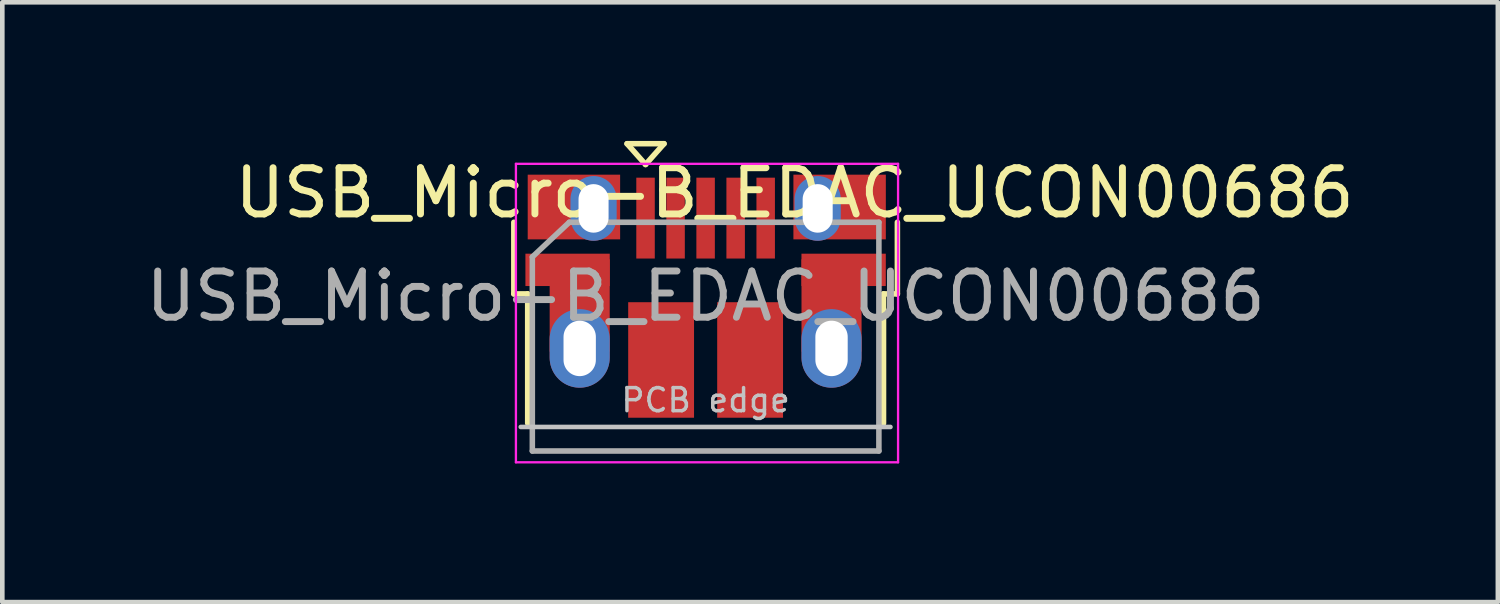
<source format=kicad_pcb>
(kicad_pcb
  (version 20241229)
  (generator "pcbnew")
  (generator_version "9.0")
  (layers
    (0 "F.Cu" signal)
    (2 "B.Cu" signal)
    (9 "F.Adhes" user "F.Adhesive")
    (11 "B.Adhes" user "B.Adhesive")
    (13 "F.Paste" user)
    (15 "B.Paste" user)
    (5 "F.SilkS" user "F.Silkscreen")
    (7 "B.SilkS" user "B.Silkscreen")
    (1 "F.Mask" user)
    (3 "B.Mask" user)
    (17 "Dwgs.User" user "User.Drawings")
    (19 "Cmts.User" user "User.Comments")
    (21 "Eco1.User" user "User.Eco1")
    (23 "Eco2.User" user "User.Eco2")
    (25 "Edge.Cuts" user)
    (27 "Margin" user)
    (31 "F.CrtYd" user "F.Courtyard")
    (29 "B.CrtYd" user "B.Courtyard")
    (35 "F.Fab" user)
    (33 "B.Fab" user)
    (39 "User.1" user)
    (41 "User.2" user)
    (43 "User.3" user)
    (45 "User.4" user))
  (footprint "USB_Micro-B_EDAC_UCON00686"
    (layer "F.Cu")
    (at 12.22 4.49)
    (property "Reference" "USB_Micro-B_EDAC_UCON00686" (at 1.925 -3.365 0) (layer "F.SilkS") (effects (font (size 1 1) (thickness 0.15))))
    (attr smd)
    (fp_line (start -4.15 -1.18) (end -4.15 -2.73) (stroke (width 0.12) (type solid)) (layer "F.SilkS"))
    (fp_line (start -4.15 -1.18) (end -3.85 -1.18) (stroke (width 0.12) (type solid)) (layer "F.SilkS"))
    (fp_line (start -3.85 1.62) (end -3.85 -1.18) (stroke (width 0.12) (type solid)) (layer "F.SilkS"))
    (fp_line (start -1.7 -4.43) (end -0.9 -4.43) (stroke (width 0.12) (type solid)) (layer "F.SilkS"))
    (fp_line (start -1.3 -3.98) (end -1.7 -4.43) (stroke (width 0.12) (type solid)) (layer "F.SilkS"))
    (fp_line (start -0.9 -4.43) (end -1.3 -3.98) (stroke (width 0.12) (type solid)) (layer "F.SilkS"))
    (fp_line (start 3.85 -1.18) (end 4.15 -1.18) (stroke (width 0.12) (type solid)) (layer "F.SilkS"))
    (fp_line (start 3.85 1.62) (end 3.85 -1.18) (stroke (width 0.12) (type solid)) (layer "F.SilkS"))
    (fp_line (start 4.15 -1.18) (end 4.15 -2.73) (stroke (width 0.12) (type solid)) (layer "F.SilkS"))
    (fp_line (start -4 1.7) (end 4 1.7) (stroke (width 0.1) (type solid)) (layer "Dwgs.User"))
    (fp_line (start -4.105 -3.995) (end -4.105 2.465) (stroke (width 0.05) (type solid)) (layer "F.CrtYd"))
    (fp_line (start -4.105 -3.995) (end 4.165 -3.995) (stroke (width 0.05) (type solid)) (layer "F.CrtYd"))
    (fp_line (start 4.165 2.465) (end -4.105 2.465) (stroke (width 0.05) (type solid)) (layer "F.CrtYd"))
    (fp_line (start 4.165 2.465) (end 4.165 -3.995) (stroke (width 0.05) (type solid)) (layer "F.CrtYd"))
    (fp_line (start -3.75 -1.98) (end -2.95 -2.73) (stroke (width 0.12) (type solid)) (layer "F.Fab"))
    (fp_line (start -3.75 2.22) (end -3.75 -1.98) (stroke (width 0.12) (type solid)) (layer "F.Fab"))
    (fp_line (start -2.95 -2.73) (end 3.75 -2.73) (stroke (width 0.12) (type solid)) (layer "F.Fab"))
    (fp_line (start 3.75 -2.73) (end 3.75 2.22) (stroke (width 0.12) (type solid)) (layer "F.Fab"))
    (fp_line (start 3.75 2.22) (end -3.75 2.22) (stroke (width 0.12) (type solid)) (layer "F.Fab"))
    (fp_text user "PCB edge" (at 0 1.12 0) (layer "Dwgs.User") (effects (font (size 0.5 0.5) (thickness 0.075))))
    (fp_text user "${REFERENCE}" (at 0 -1.13 0) (layer "F.Fab") (effects (font (size 1 1) (thickness 0.15))))
    (pad "1" smd rect (at -1.3 -2.82 90) (size 1.75 0.4) (layers "F.Cu" "F.Mask" "F.Paste"))
    (pad "2" smd rect (at -0.65 -2.82 90) (size 1.75 0.4) (layers "F.Cu" "F.Mask" "F.Paste"))
    (pad "3" smd rect (at 0 -2.82 90) (size 1.75 0.4) (layers "F.Cu" "F.Mask" "F.Paste"))
    (pad "4" smd rect (at 0.65 -2.82 90) (size 1.75 0.4) (layers "F.Cu" "F.Mask" "F.Paste"))
    (pad "5" smd rect (at 1.3 -2.82 90) (size 1.75 0.4) (layers "F.Cu" "F.Mask" "F.Paste"))
    (pad "6" smd rect (at -2.987 -1.7) (size 1.825 0.7) (layers "F.Cu" "F.Mask" "F.Paste"))
    (pad "6" smd rect (at -2.85 -3.06) (size 2 1.4) (layers "F.Cu" "F.Mask" "F.Paste"))
    (pad "6" smd rect (at -2.725 -0.93) (size 1.3 2) (layers "F.Cu" "F.Mask" "F.Paste"))
    (pad "6" thru_hole oval (at -2.725 0 90) (size 1.7 1.3) (drill oval 1.2 0.7) (layers "*.Cu" "*.Mask"))
    (pad "6" thru_hole oval (at -2.425 -3.03 90) (size 1.4 1) (drill oval 1.05 0.65) (layers "*.Cu" "*.Mask"))
    (pad "6" smd rect (at -0.963 0.25 90) (size 2.5 1.425) (layers "F.Cu" "F.Mask" "F.Paste"))
    (pad "6" smd rect (at 0.963 0.25 90) (size 2.5 1.425) (layers "F.Cu" "F.Mask" "F.Paste"))
    (pad "6" thru_hole oval (at 2.425 -3.03 90) (size 1.4 1) (drill oval 1.05 0.65) (layers "*.Cu" "*.Mask"))
    (pad "6" smd rect (at 2.725 -0.93) (size 1.3 2) (layers "F.Cu" "F.Mask" "F.Paste"))
    (pad "6" thru_hole oval (at 2.725 0 90) (size 1.7 1.3) (drill oval 1.2 0.7) (layers "*.Cu" "*.Mask"))
    (pad "6" smd rect (at 2.9 -3.06) (size 2 1.4) (layers "F.Cu" "F.Mask" "F.Paste"))
    (pad "6" smd rect (at 2.987 -1.7) (size 1.825 0.7) (layers "F.Cu" "F.Mask" "F.Paste")))
  (gr_rect
    (start -3 -3)
    (end 29.365 9.98)
    (stroke (width 0.1) (type default))
    (fill no)
    (layer "Edge.Cuts")))
</source>
